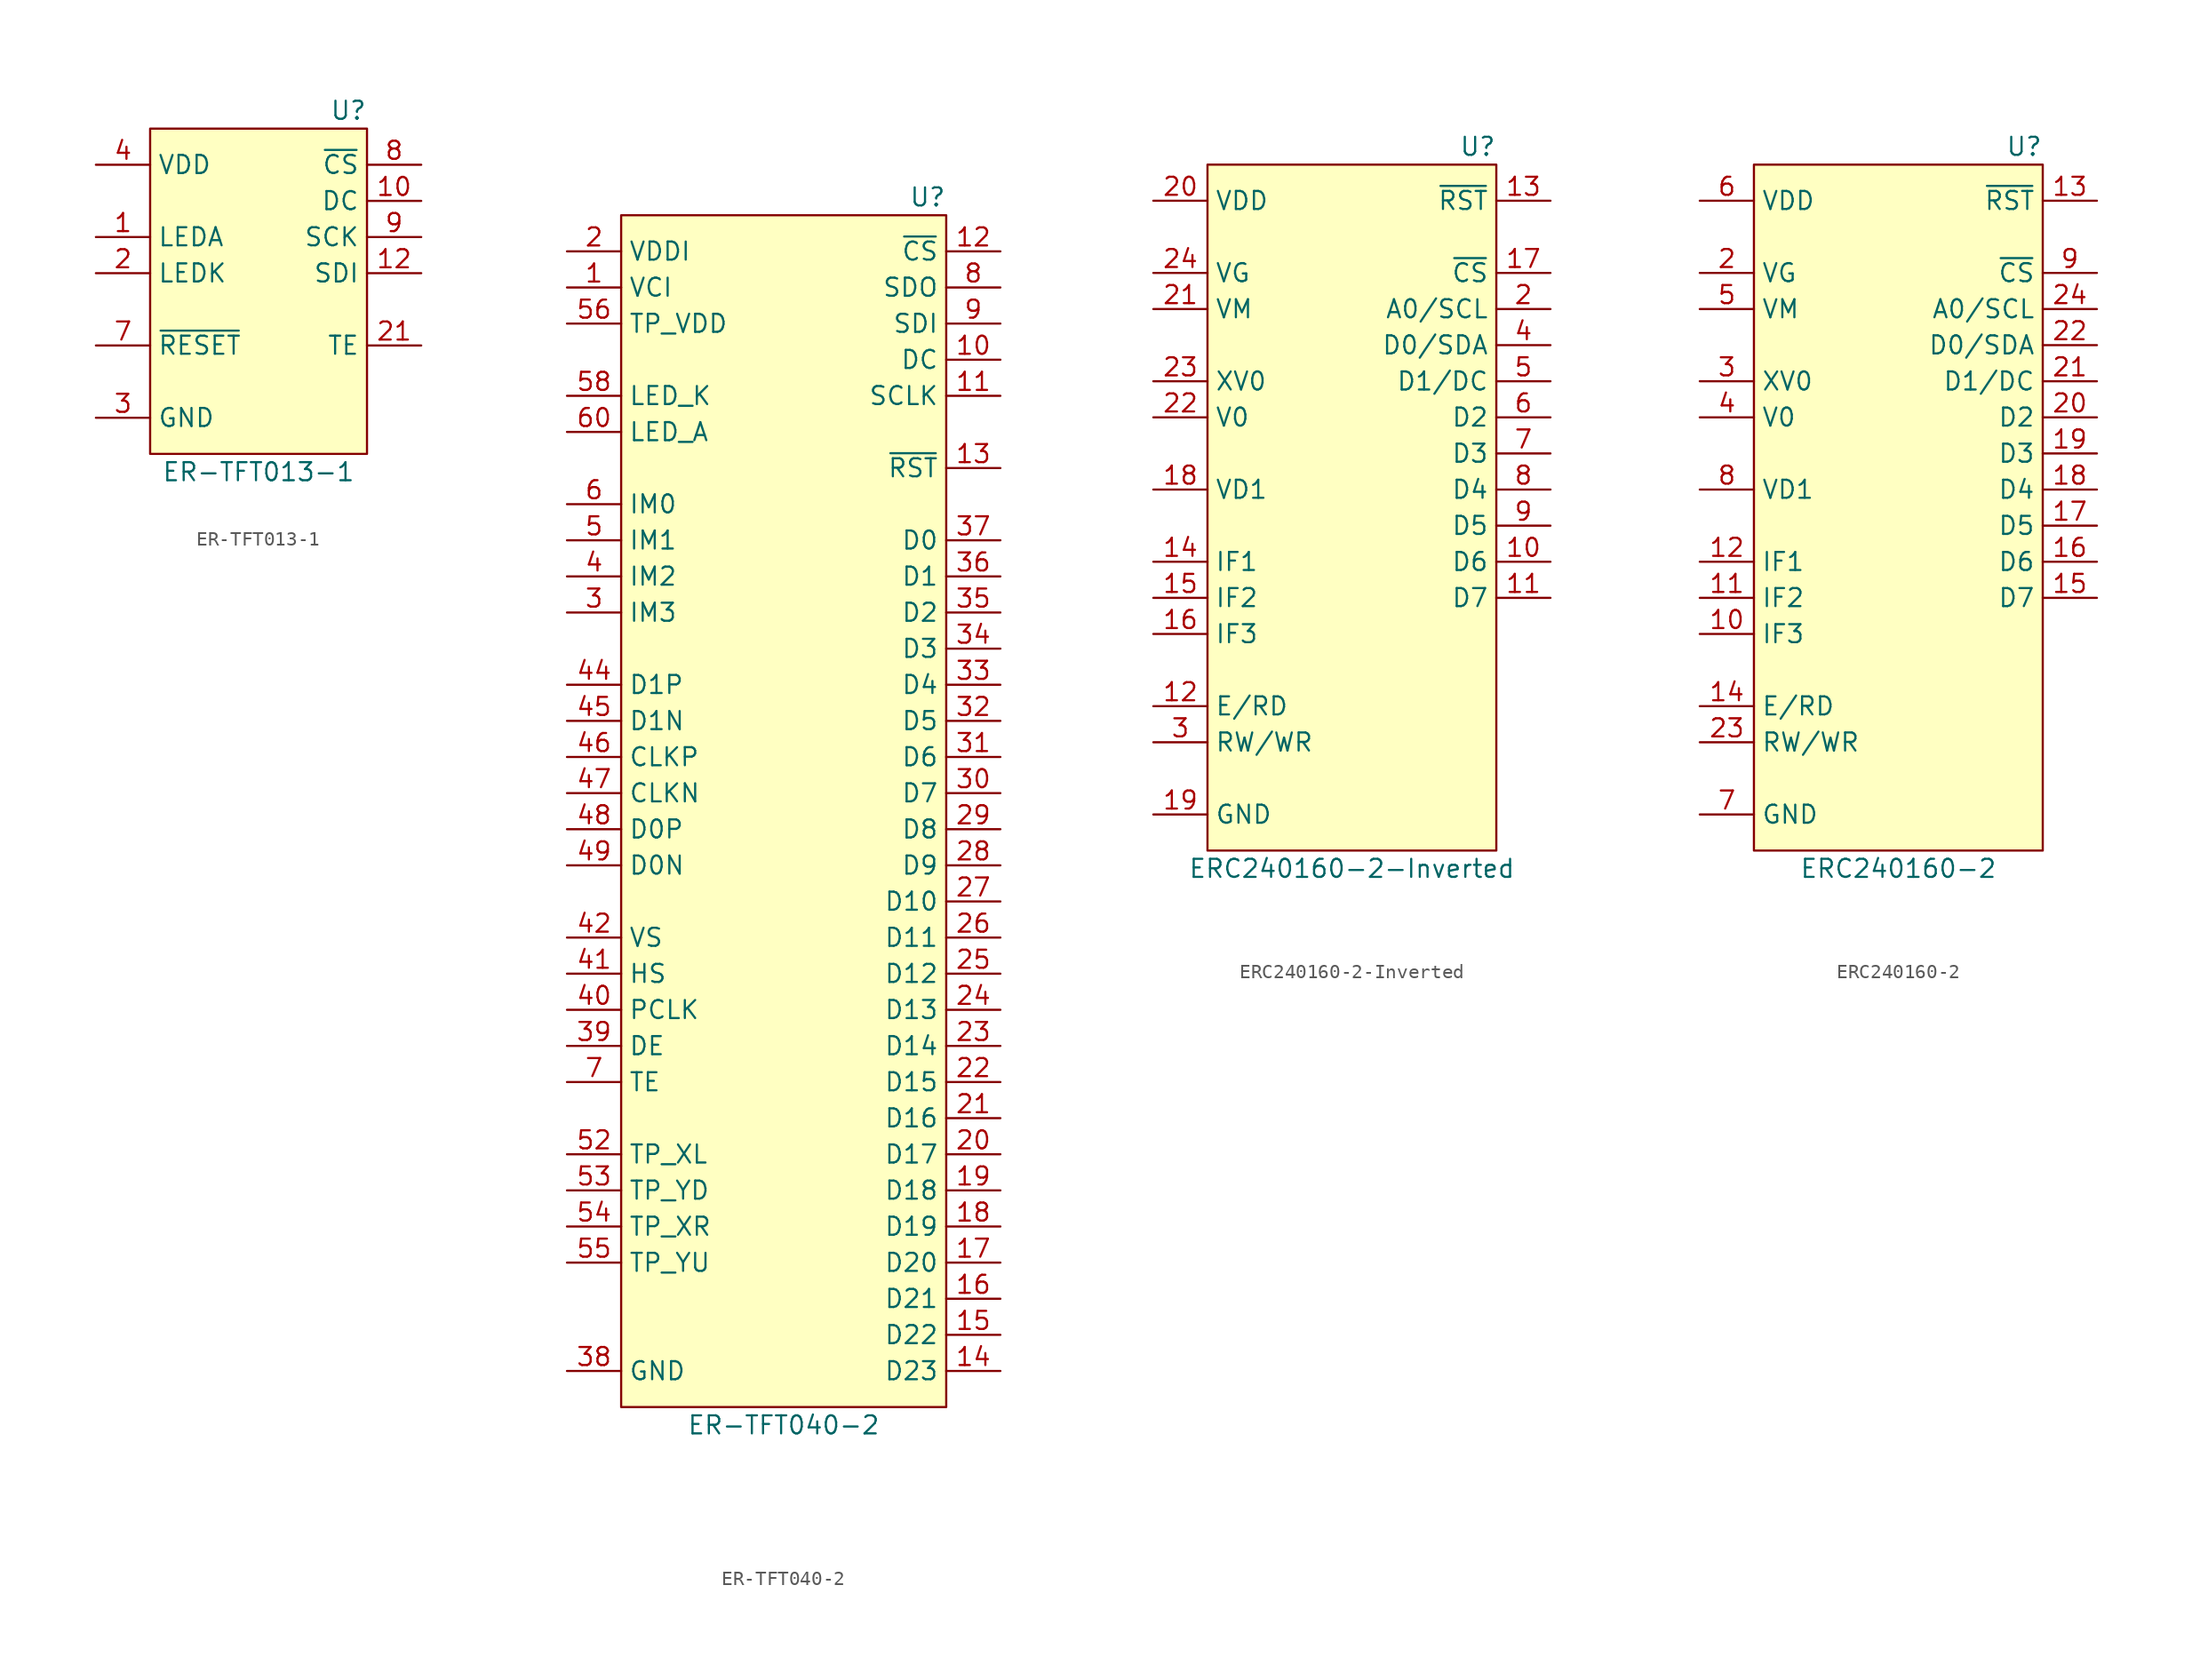
<source format=kicad_sym>
(kicad_symbol_lib
  (version 20201005)
  (generator kicad_symbol_editor)
  (symbol "Display_Graphic_Extra:ER-TFT013-1"
    (property "Reference" "U"
      (at 7.62 11.43 0)
      (effects (font (size 1.27 1.27)) (justify right)))
    (property "Value" "ER-TFT013-1"
      (at 0 -13.97 0)
      (effects (font (size 1.27 1.27))))
    (symbol "ER-TFT013-1_0_1"
      (rectangle (start -7.62 10.16) (end 7.62 -12.7) (stroke (width 0.152)) (fill (type background))))
    (symbol "ER-TFT013-1_1_1"
      (pin power_in line (at -11.43 2.54 0) (length 3.81) (name "LEDA" (effects (font (size 1.27 1.27)))) (number "1" (effects (font (size 1.27 1.27)))))
      (pin input line (at 11.43 5.08 180) (length 3.81) (name "DC" (effects (font (size 1.27 1.27)))) (number "10" (effects (font (size 1.27 1.27)))))
      (pin passive line (at -11.43 -10.16 0) (length 3.81) hide (name "RD" (effects (font (size 1.27 1.27)))) (number "11" (effects (font (size 1.27 1.27)))))
      (pin input line (at 11.43 0 180) (length 3.81) (name "SDI" (effects (font (size 1.27 1.27)))) (number "12" (effects (font (size 1.27 1.27)))))
      (pin input line (at -11.43 0 0) (length 3.81) (name "LEDK" (effects (font (size 1.27 1.27)))) (number "2" (effects (font (size 1.27 1.27)))))
      (pin input line (at 11.43 -5.08 180) (length 3.81) (name "TE" (effects (font (size 1.27 1.27)))) (number "21" (effects (font (size 1.27 1.27)))))
      (pin passive line (at -11.43 -10.16 0) (length 3.81) hide (name "GND" (effects (font (size 1.27 1.27)))) (number "23" (effects (font (size 1.27 1.27)))))
      (pin passive line (at -11.43 -10.16 0) (length 3.81) hide (name "GND" (effects (font (size 1.27 1.27)))) (number "24" (effects (font (size 1.27 1.27)))))
      (pin power_in line (at -11.43 -10.16 0) (length 3.81) (name "GND" (effects (font (size 1.27 1.27)))) (number "3" (effects (font (size 1.27 1.27)))))
      (pin power_in line (at -11.43 7.62 0) (length 3.81) (name "VDD" (effects (font (size 1.27 1.27)))) (number "4" (effects (font (size 1.27 1.27)))))
      (pin passive line (at -11.43 7.62 0) (length 3.81) hide (name "VDDIO" (effects (font (size 1.27 1.27)))) (number "5" (effects (font (size 1.27 1.27)))))
      (pin passive line (at -11.43 7.62 0) (length 3.81) hide (name "IM1/2" (effects (font (size 1.27 1.27)))) (number "6" (effects (font (size 1.27 1.27)))))
      (pin input line (at -11.43 -5.08 0) (length 3.81) (name "~RESET~" (effects (font (size 1.27 1.27)))) (number "7" (effects (font (size 1.27 1.27)))))
      (pin input line (at 11.43 7.62 180) (length 3.81) (name "~CS~" (effects (font (size 1.27 1.27)))) (number "8" (effects (font (size 1.27 1.27)))))
      (pin input line (at 11.43 2.54 180) (length 3.81) (name "SCK" (effects (font (size 1.27 1.27)))) (number "9" (effects (font (size 1.27 1.27)))))))
  (symbol "Display_Graphic_Extra:ER-TFT040-2"
    (property "Reference" "U"
      (at 11.43 41.91 0)
      (effects (font (size 1.27 1.27)) (justify right)))
    (property "Value" "ER-TFT040-2"
      (at 0 -44.45 0)
      (effects (font (size 1.27 1.27))))
    (symbol "ER-TFT040-2_0_1"
      (rectangle (start -11.43 40.64) (end 11.43 -43.18) (stroke (width 0)) (fill (type background))))
    (symbol "ER-TFT040-2_1_1"
      (pin power_in line (at -15.24 35.56 0) (length 3.81) (name "VCI" (effects (font (size 1.27 1.27)))) (number "1" (effects (font (size 1.27 1.27)))))
      (pin input line (at 15.24 30.48 180) (length 3.81) (name "DC" (effects (font (size 1.27 1.27)))) (number "10" (effects (font (size 1.27 1.27)))))
      (pin input line (at 15.24 27.94 180) (length 3.81) (name "SCLK" (effects (font (size 1.27 1.27)))) (number "11" (effects (font (size 1.27 1.27)))))
      (pin input line (at 15.24 38.1 180) (length 3.81) (name "~CS~" (effects (font (size 1.27 1.27)))) (number "12" (effects (font (size 1.27 1.27)))))
      (pin input line (at 15.24 22.86 180) (length 3.81) (name "~RST~" (effects (font (size 1.27 1.27)))) (number "13" (effects (font (size 1.27 1.27)))))
      (pin input line (at 15.24 -40.64 180) (length 3.81) (name "D23" (effects (font (size 1.27 1.27)))) (number "14" (effects (font (size 1.27 1.27)))))
      (pin input line (at 15.24 -38.1 180) (length 3.81) (name "D22" (effects (font (size 1.27 1.27)))) (number "15" (effects (font (size 1.27 1.27)))))
      (pin input line (at 15.24 -35.56 180) (length 3.81) (name "D21" (effects (font (size 1.27 1.27)))) (number "16" (effects (font (size 1.27 1.27)))))
      (pin input line (at 15.24 -33.02 180) (length 3.81) (name "D20" (effects (font (size 1.27 1.27)))) (number "17" (effects (font (size 1.27 1.27)))))
      (pin input line (at 15.24 -30.48 180) (length 3.81) (name "D19" (effects (font (size 1.27 1.27)))) (number "18" (effects (font (size 1.27 1.27)))))
      (pin input line (at 15.24 -27.94 180) (length 3.81) (name "D18" (effects (font (size 1.27 1.27)))) (number "19" (effects (font (size 1.27 1.27)))))
      (pin power_in line (at -15.24 38.1 0) (length 3.81) (name "VDDI" (effects (font (size 1.27 1.27)))) (number "2" (effects (font (size 1.27 1.27)))))
      (pin input line (at 15.24 -25.4 180) (length 3.81) (name "D17" (effects (font (size 1.27 1.27)))) (number "20" (effects (font (size 1.27 1.27)))))
      (pin input line (at 15.24 -22.86 180) (length 3.81) (name "D16" (effects (font (size 1.27 1.27)))) (number "21" (effects (font (size 1.27 1.27)))))
      (pin input line (at 15.24 -20.32 180) (length 3.81) (name "D15" (effects (font (size 1.27 1.27)))) (number "22" (effects (font (size 1.27 1.27)))))
      (pin input line (at 15.24 -17.78 180) (length 3.81) (name "D14" (effects (font (size 1.27 1.27)))) (number "23" (effects (font (size 1.27 1.27)))))
      (pin input line (at 15.24 -15.24 180) (length 3.81) (name "D13" (effects (font (size 1.27 1.27)))) (number "24" (effects (font (size 1.27 1.27)))))
      (pin input line (at 15.24 -12.7 180) (length 3.81) (name "D12" (effects (font (size 1.27 1.27)))) (number "25" (effects (font (size 1.27 1.27)))))
      (pin input line (at 15.24 -10.16 180) (length 3.81) (name "D11" (effects (font (size 1.27 1.27)))) (number "26" (effects (font (size 1.27 1.27)))))
      (pin input line (at 15.24 -7.62 180) (length 3.81) (name "D10" (effects (font (size 1.27 1.27)))) (number "27" (effects (font (size 1.27 1.27)))))
      (pin input line (at 15.24 -5.08 180) (length 3.81) (name "D9" (effects (font (size 1.27 1.27)))) (number "28" (effects (font (size 1.27 1.27)))))
      (pin input line (at 15.24 -2.54 180) (length 3.81) (name "D8" (effects (font (size 1.27 1.27)))) (number "29" (effects (font (size 1.27 1.27)))))
      (pin input line (at -15.24 12.7 0) (length 3.81) (name "IM3" (effects (font (size 1.27 1.27)))) (number "3" (effects (font (size 1.27 1.27)))))
      (pin input line (at 15.24 0 180) (length 3.81) (name "D7" (effects (font (size 1.27 1.27)))) (number "30" (effects (font (size 1.27 1.27)))))
      (pin input line (at 15.24 2.54 180) (length 3.81) (name "D6" (effects (font (size 1.27 1.27)))) (number "31" (effects (font (size 1.27 1.27)))))
      (pin input line (at 15.24 5.08 180) (length 3.81) (name "D5" (effects (font (size 1.27 1.27)))) (number "32" (effects (font (size 1.27 1.27)))))
      (pin input line (at 15.24 7.62 180) (length 3.81) (name "D4" (effects (font (size 1.27 1.27)))) (number "33" (effects (font (size 1.27 1.27)))))
      (pin input line (at 15.24 10.16 180) (length 3.81) (name "D3" (effects (font (size 1.27 1.27)))) (number "34" (effects (font (size 1.27 1.27)))))
      (pin input line (at 15.24 12.7 180) (length 3.81) (name "D2" (effects (font (size 1.27 1.27)))) (number "35" (effects (font (size 1.27 1.27)))))
      (pin input line (at 15.24 15.24 180) (length 3.81) (name "D1" (effects (font (size 1.27 1.27)))) (number "36" (effects (font (size 1.27 1.27)))))
      (pin input line (at 15.24 17.78 180) (length 3.81) (name "D0" (effects (font (size 1.27 1.27)))) (number "37" (effects (font (size 1.27 1.27)))))
      (pin input line (at -15.24 -40.64 0) (length 3.81) (name "GND" (effects (font (size 1.27 1.27)))) (number "38" (effects (font (size 1.27 1.27)))))
      (pin input line (at -15.24 -17.78 0) (length 3.81) (name "DE" (effects (font (size 1.27 1.27)))) (number "39" (effects (font (size 1.27 1.27)))))
      (pin input line (at -15.24 15.24 0) (length 3.81) (name "IM2" (effects (font (size 1.27 1.27)))) (number "4" (effects (font (size 1.27 1.27)))))
      (pin input line (at -15.24 -15.24 0) (length 3.81) (name "PCLK" (effects (font (size 1.27 1.27)))) (number "40" (effects (font (size 1.27 1.27)))))
      (pin input line (at -15.24 -12.7 0) (length 3.81) (name "HS" (effects (font (size 1.27 1.27)))) (number "41" (effects (font (size 1.27 1.27)))))
      (pin input line (at -15.24 -10.16 0) (length 3.81) (name "VS" (effects (font (size 1.27 1.27)))) (number "42" (effects (font (size 1.27 1.27)))))
      (pin passive line (at -15.24 -40.64 0) (length 3.81) hide (name "GND" (effects (font (size 1.27 1.27)))) (number "43" (effects (font (size 1.27 1.27)))))
      (pin bidirectional line (at -15.24 7.62 0) (length 3.81) (name "D1P" (effects (font (size 1.27 1.27)))) (number "44" (effects (font (size 1.27 1.27)))))
      (pin bidirectional line (at -15.24 5.08 0) (length 3.81) (name "D1N" (effects (font (size 1.27 1.27)))) (number "45" (effects (font (size 1.27 1.27)))))
      (pin input line (at -15.24 2.54 0) (length 3.81) (name "CLKP" (effects (font (size 1.27 1.27)))) (number "46" (effects (font (size 1.27 1.27)))))
      (pin input line (at -15.24 0 0) (length 3.81) (name "CLKN" (effects (font (size 1.27 1.27)))) (number "47" (effects (font (size 1.27 1.27)))))
      (pin bidirectional line (at -15.24 -2.54 0) (length 3.81) (name "D0P" (effects (font (size 1.27 1.27)))) (number "48" (effects (font (size 1.27 1.27)))))
      (pin bidirectional line (at -15.24 -5.08 0) (length 3.81) (name "D0N" (effects (font (size 1.27 1.27)))) (number "49" (effects (font (size 1.27 1.27)))))
      (pin input line (at -15.24 17.78 0) (length 3.81) (name "IM1" (effects (font (size 1.27 1.27)))) (number "5" (effects (font (size 1.27 1.27)))))
      (pin passive line (at -15.24 -40.64 0) (length 3.81) hide (name "GND" (effects (font (size 1.27 1.27)))) (number "50" (effects (font (size 1.27 1.27)))))
      (pin unconnected line (at -15.24 -35.56 0) (length 3.81) hide (name "NC" (effects (font (size 1.27 1.27)))) (number "51" (effects (font (size 1.27 1.27)))))
      (pin output line (at -15.24 -25.4 0) (length 3.81) (name "TP_XL" (effects (font (size 1.27 1.27)))) (number "52" (effects (font (size 1.27 1.27)))))
      (pin output line (at -15.24 -27.94 0) (length 3.81) (name "TP_YD" (effects (font (size 1.27 1.27)))) (number "53" (effects (font (size 1.27 1.27)))))
      (pin output line (at -15.24 -30.48 0) (length 3.81) (name "TP_XR" (effects (font (size 1.27 1.27)))) (number "54" (effects (font (size 1.27 1.27)))))
      (pin output line (at -15.24 -33.02 0) (length 3.81) (name "TP_YU" (effects (font (size 1.27 1.27)))) (number "55" (effects (font (size 1.27 1.27)))))
      (pin power_in line (at -15.24 33.02 0) (length 3.81) (name "TP_VDD" (effects (font (size 1.27 1.27)))) (number "56" (effects (font (size 1.27 1.27)))))
      (pin passive line (at -15.24 -40.64 0) (length 3.81) hide (name "GND" (effects (font (size 1.27 1.27)))) (number "57" (effects (font (size 1.27 1.27)))))
      (pin power_in line (at -15.24 27.94 0) (length 3.81) (name "LED_K" (effects (font (size 1.27 1.27)))) (number "58" (effects (font (size 1.27 1.27)))))
      (pin passive line (at -15.24 27.94 0) (length 3.81) hide (name "LED_K" (effects (font (size 1.27 1.27)))) (number "59" (effects (font (size 1.27 1.27)))))
      (pin input line (at -15.24 20.32 0) (length 3.81) (name "IM0" (effects (font (size 1.27 1.27)))) (number "6" (effects (font (size 1.27 1.27)))))
      (pin power_in line (at -15.24 25.4 0) (length 3.81) (name "LED_A" (effects (font (size 1.27 1.27)))) (number "60" (effects (font (size 1.27 1.27)))))
      (pin input line (at -15.24 -20.32 0) (length 3.81) (name "TE" (effects (font (size 1.27 1.27)))) (number "7" (effects (font (size 1.27 1.27)))))
      (pin output line (at 15.24 35.56 180) (length 3.81) (name "SDO" (effects (font (size 1.27 1.27)))) (number "8" (effects (font (size 1.27 1.27)))))
      (pin input line (at 15.24 33.02 180) (length 3.81) (name "SDI" (effects (font (size 1.27 1.27)))) (number "9" (effects (font (size 1.27 1.27)))))))
  (symbol "Display_Graphic_Extra:ERC240160-2-Inverted"
    (property "Reference" "U"
      (at 10.16 25.4 0)
      (effects (font (size 1.27 1.27)) (justify right)))
    (property "Value" "ERC240160-2-Inverted"
      (at 0 -25.4 0)
      (effects (font (size 1.27 1.27))))
    (symbol "ERC240160-2-Inverted_0_1"
      (rectangle (start -10.16 24.13) (end 10.16 -24.13) (stroke (width 0)) (fill (type background))))
    (symbol "ERC240160-2-Inverted_1_1"
      (pin passive line (at -13.97 -21.59 0) (length 3.81) hide (name "ESD" (effects (font (size 1.27 1.27)))) (number "1" (effects (font (size 1.27 1.27)))))
      (pin input line (at 13.97 -3.81 180) (length 3.81) (name "D6" (effects (font (size 1.27 1.27)))) (number "10" (effects (font (size 1.27 1.27)))))
      (pin input line (at 13.97 -6.35 180) (length 3.81) (name "D7" (effects (font (size 1.27 1.27)))) (number "11" (effects (font (size 1.27 1.27)))))
      (pin input line (at -13.97 -13.97 0) (length 3.81) (name "E/RD" (effects (font (size 1.27 1.27)))) (number "12" (effects (font (size 1.27 1.27)))))
      (pin input line (at 13.97 21.59 180) (length 3.81) (name "~RST~" (effects (font (size 1.27 1.27)))) (number "13" (effects (font (size 1.27 1.27)))))
      (pin input line (at -13.97 -3.81 0) (length 3.81) (name "IF1" (effects (font (size 1.27 1.27)))) (number "14" (effects (font (size 1.27 1.27)))))
      (pin input line (at -13.97 -6.35 0) (length 3.81) (name "IF2" (effects (font (size 1.27 1.27)))) (number "15" (effects (font (size 1.27 1.27)))))
      (pin input line (at -13.97 -8.89 0) (length 3.81) (name "IF3" (effects (font (size 1.27 1.27)))) (number "16" (effects (font (size 1.27 1.27)))))
      (pin input line (at 13.97 16.51 180) (length 3.81) (name "~CS~" (effects (font (size 1.27 1.27)))) (number "17" (effects (font (size 1.27 1.27)))))
      (pin input line (at -13.97 1.27 0) (length 3.81) (name "VD1" (effects (font (size 1.27 1.27)))) (number "18" (effects (font (size 1.27 1.27)))))
      (pin input line (at -13.97 -21.59 0) (length 3.81) (name "GND" (effects (font (size 1.27 1.27)))) (number "19" (effects (font (size 1.27 1.27)))))
      (pin input line (at 13.97 13.97 180) (length 3.81) (name "A0/SCL" (effects (font (size 1.27 1.27)))) (number "2" (effects (font (size 1.27 1.27)))))
      (pin input line (at -13.97 21.59 0) (length 3.81) (name "VDD" (effects (font (size 1.27 1.27)))) (number "20" (effects (font (size 1.27 1.27)))))
      (pin input line (at -13.97 13.97 0) (length 3.81) (name "VM" (effects (font (size 1.27 1.27)))) (number "21" (effects (font (size 1.27 1.27)))))
      (pin input line (at -13.97 6.35 0) (length 3.81) (name "V0" (effects (font (size 1.27 1.27)))) (number "22" (effects (font (size 1.27 1.27)))))
      (pin input line (at -13.97 8.89 0) (length 3.81) (name "XV0" (effects (font (size 1.27 1.27)))) (number "23" (effects (font (size 1.27 1.27)))))
      (pin input line (at -13.97 16.51 0) (length 3.81) (name "VG" (effects (font (size 1.27 1.27)))) (number "24" (effects (font (size 1.27 1.27)))))
      (pin passive line (at -13.97 -21.59 0) (length 3.81) hide (name "ESD" (effects (font (size 1.27 1.27)))) (number "25" (effects (font (size 1.27 1.27)))))
      (pin input line (at -13.97 -16.51 0) (length 3.81) (name "RW/WR" (effects (font (size 1.27 1.27)))) (number "3" (effects (font (size 1.27 1.27)))))
      (pin input line (at 13.97 11.43 180) (length 3.81) (name "D0/SDA" (effects (font (size 1.27 1.27)))) (number "4" (effects (font (size 1.27 1.27)))))
      (pin input line (at 13.97 8.89 180) (length 3.81) (name "D1/DC" (effects (font (size 1.27 1.27)))) (number "5" (effects (font (size 1.27 1.27)))))
      (pin input line (at 13.97 6.35 180) (length 3.81) (name "D2" (effects (font (size 1.27 1.27)))) (number "6" (effects (font (size 1.27 1.27)))))
      (pin input line (at 13.97 3.81 180) (length 3.81) (name "D3" (effects (font (size 1.27 1.27)))) (number "7" (effects (font (size 1.27 1.27)))))
      (pin input line (at 13.97 1.27 180) (length 3.81) (name "D4" (effects (font (size 1.27 1.27)))) (number "8" (effects (font (size 1.27 1.27)))))
      (pin input line (at 13.97 -1.27 180) (length 3.81) (name "D5" (effects (font (size 1.27 1.27)))) (number "9" (effects (font (size 1.27 1.27)))))))
  (symbol "Display_Graphic_Extra:ERC240160-2"
    (property "Reference" "U"
      (at 10.16 25.4 0)
      (effects (font (size 1.27 1.27)) (justify right)))
    (property "Value" "ERC240160-2"
      (at 0 -25.4 0)
      (effects (font (size 1.27 1.27))))
    (symbol "ERC240160-2_0_1"
      (rectangle (start -10.16 24.13) (end 10.16 -24.13) (stroke (width 0)) (fill (type background))))
    (symbol "ERC240160-2_1_1"
      (pin passive line (at -13.97 -21.59 0) (length 3.81) hide (name "ESD" (effects (font (size 1.27 1.27)))) (number "1" (effects (font (size 1.27 1.27)))))
      (pin input line (at -13.97 -8.89 0) (length 3.81) (name "IF3" (effects (font (size 1.27 1.27)))) (number "10" (effects (font (size 1.27 1.27)))))
      (pin input line (at -13.97 -6.35 0) (length 3.81) (name "IF2" (effects (font (size 1.27 1.27)))) (number "11" (effects (font (size 1.27 1.27)))))
      (pin input line (at -13.97 -3.81 0) (length 3.81) (name "IF1" (effects (font (size 1.27 1.27)))) (number "12" (effects (font (size 1.27 1.27)))))
      (pin input line (at 13.97 21.59 180) (length 3.81) (name "~RST~" (effects (font (size 1.27 1.27)))) (number "13" (effects (font (size 1.27 1.27)))))
      (pin input line (at -13.97 -13.97 0) (length 3.81) (name "E/RD" (effects (font (size 1.27 1.27)))) (number "14" (effects (font (size 1.27 1.27)))))
      (pin input line (at 13.97 -6.35 180) (length 3.81) (name "D7" (effects (font (size 1.27 1.27)))) (number "15" (effects (font (size 1.27 1.27)))))
      (pin input line (at 13.97 -3.81 180) (length 3.81) (name "D6" (effects (font (size 1.27 1.27)))) (number "16" (effects (font (size 1.27 1.27)))))
      (pin input line (at 13.97 -1.27 180) (length 3.81) (name "D5" (effects (font (size 1.27 1.27)))) (number "17" (effects (font (size 1.27 1.27)))))
      (pin input line (at 13.97 1.27 180) (length 3.81) (name "D4" (effects (font (size 1.27 1.27)))) (number "18" (effects (font (size 1.27 1.27)))))
      (pin input line (at 13.97 3.81 180) (length 3.81) (name "D3" (effects (font (size 1.27 1.27)))) (number "19" (effects (font (size 1.27 1.27)))))
      (pin input line (at -13.97 16.51 0) (length 3.81) (name "VG" (effects (font (size 1.27 1.27)))) (number "2" (effects (font (size 1.27 1.27)))))
      (pin input line (at 13.97 6.35 180) (length 3.81) (name "D2" (effects (font (size 1.27 1.27)))) (number "20" (effects (font (size 1.27 1.27)))))
      (pin input line (at 13.97 8.89 180) (length 3.81) (name "D1/DC" (effects (font (size 1.27 1.27)))) (number "21" (effects (font (size 1.27 1.27)))))
      (pin input line (at 13.97 11.43 180) (length 3.81) (name "D0/SDA" (effects (font (size 1.27 1.27)))) (number "22" (effects (font (size 1.27 1.27)))))
      (pin input line (at -13.97 -16.51 0) (length 3.81) (name "RW/WR" (effects (font (size 1.27 1.27)))) (number "23" (effects (font (size 1.27 1.27)))))
      (pin input line (at 13.97 13.97 180) (length 3.81) (name "A0/SCL" (effects (font (size 1.27 1.27)))) (number "24" (effects (font (size 1.27 1.27)))))
      (pin passive line (at -13.97 -21.59 0) (length 3.81) hide (name "ESD" (effects (font (size 1.27 1.27)))) (number "25" (effects (font (size 1.27 1.27)))))
      (pin input line (at -13.97 8.89 0) (length 3.81) (name "XV0" (effects (font (size 1.27 1.27)))) (number "3" (effects (font (size 1.27 1.27)))))
      (pin input line (at -13.97 6.35 0) (length 3.81) (name "V0" (effects (font (size 1.27 1.27)))) (number "4" (effects (font (size 1.27 1.27)))))
      (pin input line (at -13.97 13.97 0) (length 3.81) (name "VM" (effects (font (size 1.27 1.27)))) (number "5" (effects (font (size 1.27 1.27)))))
      (pin input line (at -13.97 21.59 0) (length 3.81) (name "VDD" (effects (font (size 1.27 1.27)))) (number "6" (effects (font (size 1.27 1.27)))))
      (pin input line (at -13.97 -21.59 0) (length 3.81) (name "GND" (effects (font (size 1.27 1.27)))) (number "7" (effects (font (size 1.27 1.27)))))
      (pin input line (at -13.97 1.27 0) (length 3.81) (name "VD1" (effects (font (size 1.27 1.27)))) (number "8" (effects (font (size 1.27 1.27)))))
      (pin input line (at 13.97 16.51 180) (length 3.81) (name "~CS~" (effects (font (size 1.27 1.27)))) (number "9" (effects (font (size 1.27 1.27))))))))
</source>
